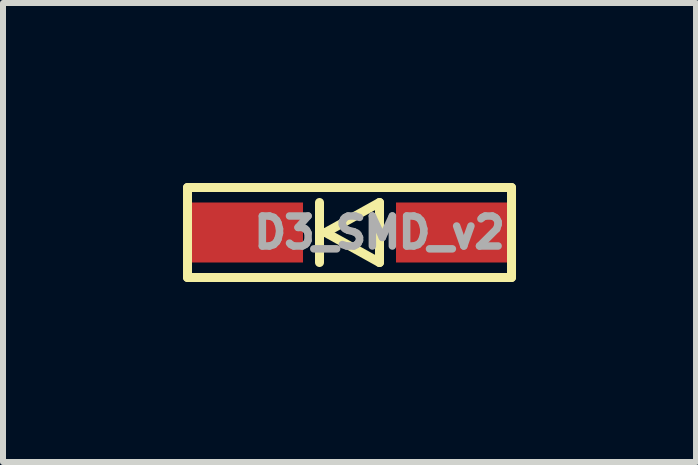
<source format=kicad_pcb>
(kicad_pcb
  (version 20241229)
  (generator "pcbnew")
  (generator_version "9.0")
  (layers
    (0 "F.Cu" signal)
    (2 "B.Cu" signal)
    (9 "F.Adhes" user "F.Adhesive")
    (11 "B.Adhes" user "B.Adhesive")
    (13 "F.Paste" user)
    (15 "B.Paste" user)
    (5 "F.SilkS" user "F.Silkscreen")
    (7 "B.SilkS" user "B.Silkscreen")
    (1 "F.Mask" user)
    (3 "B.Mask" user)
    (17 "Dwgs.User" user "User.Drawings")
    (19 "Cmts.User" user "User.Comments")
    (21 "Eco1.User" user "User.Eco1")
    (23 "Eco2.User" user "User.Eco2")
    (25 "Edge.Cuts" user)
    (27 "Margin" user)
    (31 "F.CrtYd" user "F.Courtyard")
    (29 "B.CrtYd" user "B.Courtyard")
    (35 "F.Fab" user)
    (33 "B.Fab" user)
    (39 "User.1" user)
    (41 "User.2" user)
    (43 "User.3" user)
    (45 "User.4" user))
  (footprint "D3_SMD_v2"
    (layer "F.Cu")
    (at 2.775 0.825)
    (property "Reference" "D3_SMD_v2" (at 0.5 0 0) (layer "F.Fab") (effects (font (size 0.5 0.5) (thickness 0.125))))
    (attr through_hole)
    (fp_line (start -2.7 -0.75) (end -2.7 0.75) (stroke (width 0.15) (type solid)) (layer "F.SilkS"))
    (fp_line (start -2.7 0.75) (end 2.7 0.75) (stroke (width 0.15) (type solid)) (layer "F.SilkS"))
    (fp_line (start -0.5 -0.5) (end -0.5 0.5) (stroke (width 0.15) (type solid)) (layer "F.SilkS"))
    (fp_line (start -0.4 0) (end 0.5 -0.5) (stroke (width 0.15) (type solid)) (layer "F.SilkS"))
    (fp_line (start 0.5 -0.5) (end 0.5 0.5) (stroke (width 0.15) (type solid)) (layer "F.SilkS"))
    (fp_line (start 0.5 0.5) (end -0.4 0) (stroke (width 0.15) (type solid)) (layer "F.SilkS"))
    (fp_line (start 2.7 -0.75) (end -2.7 -0.75) (stroke (width 0.15) (type solid)) (layer "F.SilkS"))
    (fp_line (start 2.7 -0.75) (end 2.7 0.75) (stroke (width 0.15) (type solid)) (layer "F.SilkS"))
    (pad "1" smd rect (at -1.775 0) (size 2 1) (layers "F.Cu" "F.Mask" "F.Paste"))
    (pad "2" smd rect (at 1.775 0) (size 2 1) (layers "F.Cu" "F.Mask" "F.Paste")))
  (gr_rect
    (start -3 -3)
    (end 8.55 4.65)
    (stroke (width 0.1) (type default))
    (fill no)
    (layer "Edge.Cuts")))
</source>
